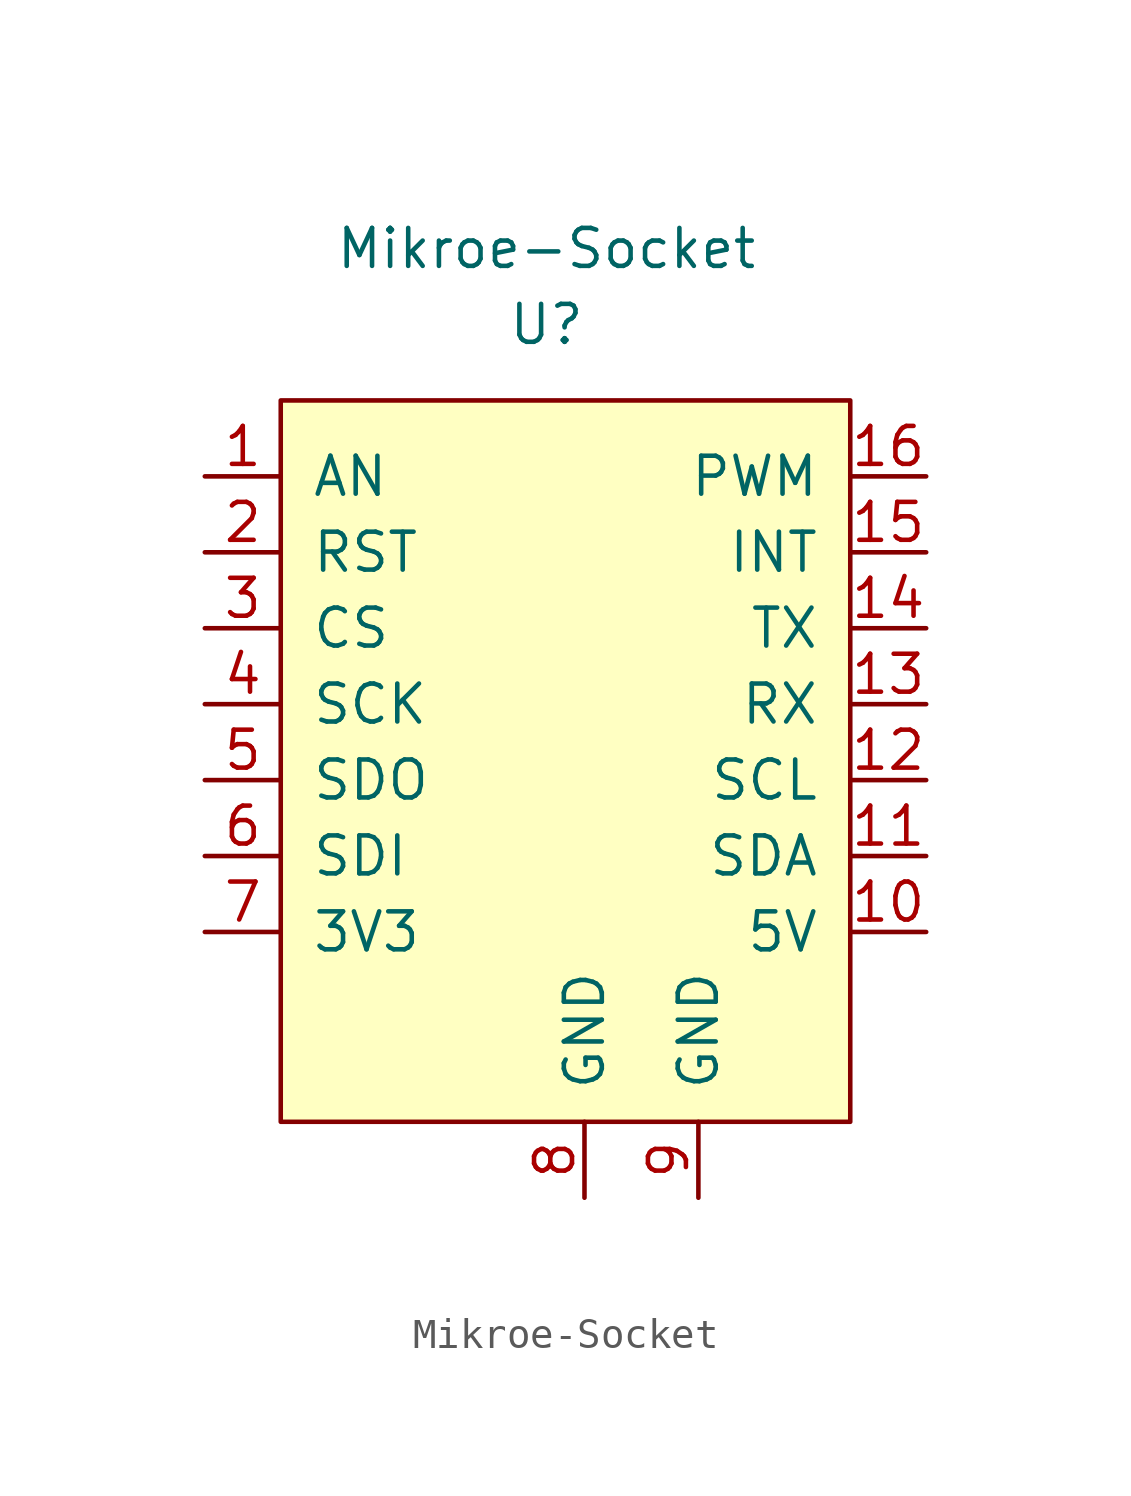
<source format=kicad_sym>
(kicad_symbol_lib
  (version 20211014)
  (generator kicad_symbol_editor)
  (symbol "Mikroe-Socket"
    (pin_names
      (offset 1.016))
    (property "Reference" "U"
      (at -1.27 7.62 0)
      (effects (font (size 1.27 1.27))))
    (property "Value" "Mikroe-Socket"
      (at -1.27 10.16 0)
      (effects (font (size 1.27 1.27))))
    (symbol "Mikroe-Socket_0_1"
      (rectangle (start -10.16 5.08) (end 8.89 -19.05) (stroke (width 0) (type default) (color 0 0 0 0)) (fill (type background))))
    (symbol "Mikroe-Socket_1_1"
      (pin bidirectional line (at -12.7 2.54 0) (length 2.54) (name "AN" (effects (font (size 1.27 1.27)))) (number "1" (effects (font (size 1.27 1.27)))))
      (pin power_in line (at 11.43 -12.7 180) (length 2.54) (name "5V" (effects (font (size 1.27 1.27)))) (number "10" (effects (font (size 1.27 1.27)))))
      (pin bidirectional line (at 11.43 -10.16 180) (length 2.54) (name "SDA" (effects (font (size 1.27 1.27)))) (number "11" (effects (font (size 1.27 1.27)))))
      (pin input line (at 11.43 -7.62 180) (length 2.54) (name "SCL" (effects (font (size 1.27 1.27)))) (number "12" (effects (font (size 1.27 1.27)))))
      (pin input line (at 11.43 -5.08 180) (length 2.54) (name "RX" (effects (font (size 1.27 1.27)))) (number "13" (effects (font (size 1.27 1.27)))))
      (pin output line (at 11.43 -2.54 180) (length 2.54) (name "TX" (effects (font (size 1.27 1.27)))) (number "14" (effects (font (size 1.27 1.27)))))
      (pin output line (at 11.43 0 180) (length 2.54) (name "INT" (effects (font (size 1.27 1.27)))) (number "15" (effects (font (size 1.27 1.27)))))
      (pin output line (at 11.43 2.54 180) (length 2.54) (name "PWM" (effects (font (size 1.27 1.27)))) (number "16" (effects (font (size 1.27 1.27)))))
      (pin input line (at -12.7 0 0) (length 2.54) (name "RST" (effects (font (size 1.27 1.27)))) (number "2" (effects (font (size 1.27 1.27)))))
      (pin input line (at -12.7 -2.54 0) (length 2.54) (name "CS" (effects (font (size 1.27 1.27)))) (number "3" (effects (font (size 1.27 1.27)))))
      (pin input line (at -12.7 -5.08 0) (length 2.54) (name "SCK" (effects (font (size 1.27 1.27)))) (number "4" (effects (font (size 1.27 1.27)))))
      (pin bidirectional line (at -12.7 -7.62 0) (length 2.54) (name "SDO" (effects (font (size 1.27 1.27)))) (number "5" (effects (font (size 1.27 1.27)))))
      (pin input line (at -12.7 -10.16 0) (length 2.54) (name "SDI" (effects (font (size 1.27 1.27)))) (number "6" (effects (font (size 1.27 1.27)))))
      (pin power_in line (at -12.7 -12.7 0) (length 2.54) (name "3V3" (effects (font (size 1.27 1.27)))) (number "7" (effects (font (size 1.27 1.27)))))
      (pin power_in line (at 0 -21.59 90) (length 2.54) (name "GND" (effects (font (size 1.27 1.27)))) (number "8" (effects (font (size 1.27 1.27)))))
      (pin power_in line (at 3.81 -21.59 90) (length 2.54) (name "GND" (effects (font (size 1.27 1.27)))) (number "9" (effects (font (size 1.27 1.27))))))))
</source>
